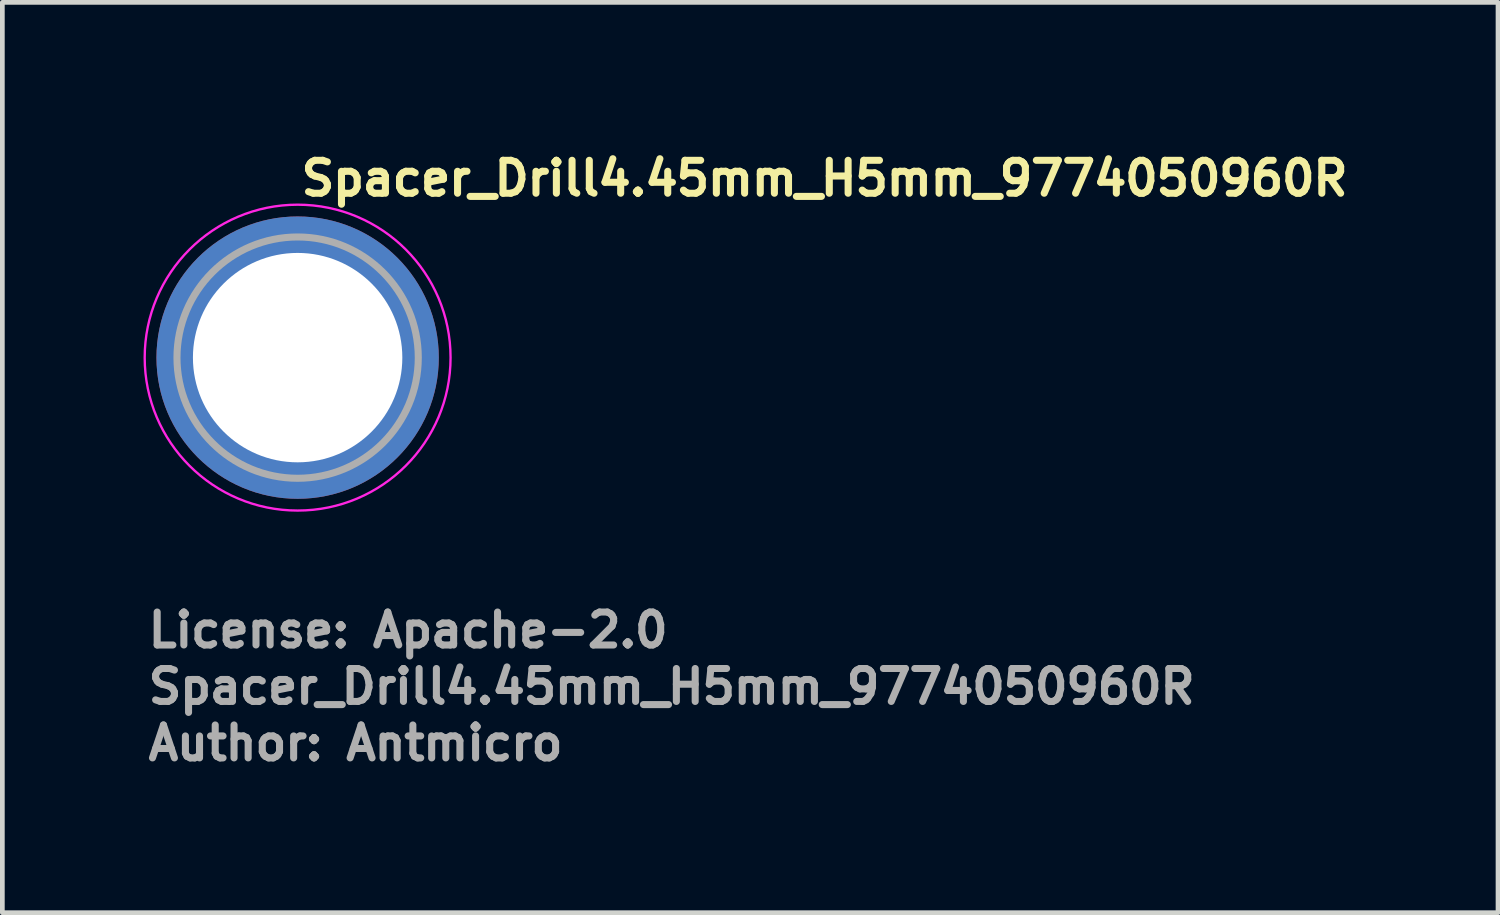
<source format=kicad_pcb>
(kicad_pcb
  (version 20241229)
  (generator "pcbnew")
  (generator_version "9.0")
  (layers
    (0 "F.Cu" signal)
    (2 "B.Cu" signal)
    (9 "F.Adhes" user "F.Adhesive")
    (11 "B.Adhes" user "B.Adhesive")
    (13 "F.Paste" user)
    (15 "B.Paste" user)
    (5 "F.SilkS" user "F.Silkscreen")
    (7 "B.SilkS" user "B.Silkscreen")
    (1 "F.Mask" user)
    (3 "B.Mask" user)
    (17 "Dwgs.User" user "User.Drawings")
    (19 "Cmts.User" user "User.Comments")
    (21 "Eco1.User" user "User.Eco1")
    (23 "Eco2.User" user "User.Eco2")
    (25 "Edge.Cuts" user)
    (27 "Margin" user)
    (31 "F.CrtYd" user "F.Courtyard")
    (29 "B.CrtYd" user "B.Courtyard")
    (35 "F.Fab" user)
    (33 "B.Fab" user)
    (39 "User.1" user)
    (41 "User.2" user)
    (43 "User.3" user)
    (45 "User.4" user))
  (footprint "Spacer_Drill4.45mm_H5mm_9774050960R"
    (layer "F.Cu")
    (at 3.275 4.55)
    (property "Reference" "Spacer_Drill4.45mm_H5mm_9774050960R" (at 0 -3.4 0) (layer "F.SilkS") (effects (font (size 0.7 0.7) (thickness 0.15)) (justify left bottom)))
    (attr smd)
    (fp_circle (center 0 0) (end 3.25 0) (stroke (width 0.05) (type solid)) (fill no) (layer "F.CrtYd"))
    (fp_circle (center 0 0) (end 2.564 0) (stroke (width 0.15) (type solid)) (fill no) (layer "F.Fab"))
    (fp_line (start -2.55 -1.5) (end 0 -3) (stroke (width 0.02) (type solid)) (layer "User.9"))
    (fp_line (start -2.55 1.5) (end -2.55 -1.5) (stroke (width 0.02) (type solid)) (layer "User.9"))
    (fp_line (start 0 -3) (end 2.55 -1.5) (stroke (width 0.02) (type solid)) (layer "User.9"))
    (fp_line (start 0 3) (end -2.55 1.5) (stroke (width 0.02) (type solid)) (layer "User.9"))
    (fp_line (start 2.55 -1.5) (end 2.55 1.5) (stroke (width 0.02) (type solid)) (layer "User.9"))
    (fp_line (start 2.55 1.5) (end 0 3) (stroke (width 0.02) (type solid)) (layer "User.9"))
    (fp_circle (center 0 0) (end 1.3 0) (stroke (width 0.02) (type solid)) (fill no) (layer "User.9"))
    (fp_text user "${REFERENCE}" (at -3.25 7.4 0) (layer "F.Fab") (effects (font (size 0.7 0.7) (thickness 0.15)) (justify left bottom)))
    (fp_text user "License: Apache-2.0" (at -3.25 6.2 0) (layer "F.Fab") (effects (font (size 0.7 0.7) (thickness 0.15)) (justify left bottom)))
    (fp_text user "Author: Antmicro" (at -3.25 8.6 0) (layer "F.Fab") (effects (font (size 0.7 0.7) (thickness 0.15)) (justify left bottom)))
    (pad "" smd custom (at -2.55 -0.55 122.5) (size 0.1 0.1) (layers "F.Paste") (options (anchor circle)) (primitives (gr_arc (start 0 0) (mid 0.704278 1.28373) (end 0.608513 2.744826) (width 0.7))))
    (pad "" smd custom (at -0.55 2.55 212.5) (size 0.1 0.1) (layers "F.Paste") (options (anchor circle)) (primitives (gr_arc (start 0 0) (mid 0.704278 1.28373) (end 0.608513 2.744826) (width 0.7))))
    (pad "" smd custom (at 0.55 -2.55 32.5) (size 0.1 0.1) (layers "F.Paste") (options (anchor circle)) (primitives (gr_arc (start 0 0) (mid 0.704278 1.28373) (end 0.608513 2.744826) (width 0.7))))
    (pad "" smd custom (at 2.55 0.55 302.5) (size 0.1 0.1) (layers "F.Paste") (options (anchor circle)) (primitives (gr_arc (start 0 0) (mid 0.704278 1.28373) (end 0.608513 2.744826) (width 0.7))))
    (pad "1" thru_hole circle (at 0 0) (size 6 6) (drill 4.45) (layers "*.Cu" "*.Mask")))
  (gr_rect
    (start -3 -3)
    (end 28.785 16.346)
    (stroke (width 0.1) (type default))
    (fill no)
    (layer "Edge.Cuts")))
</source>
